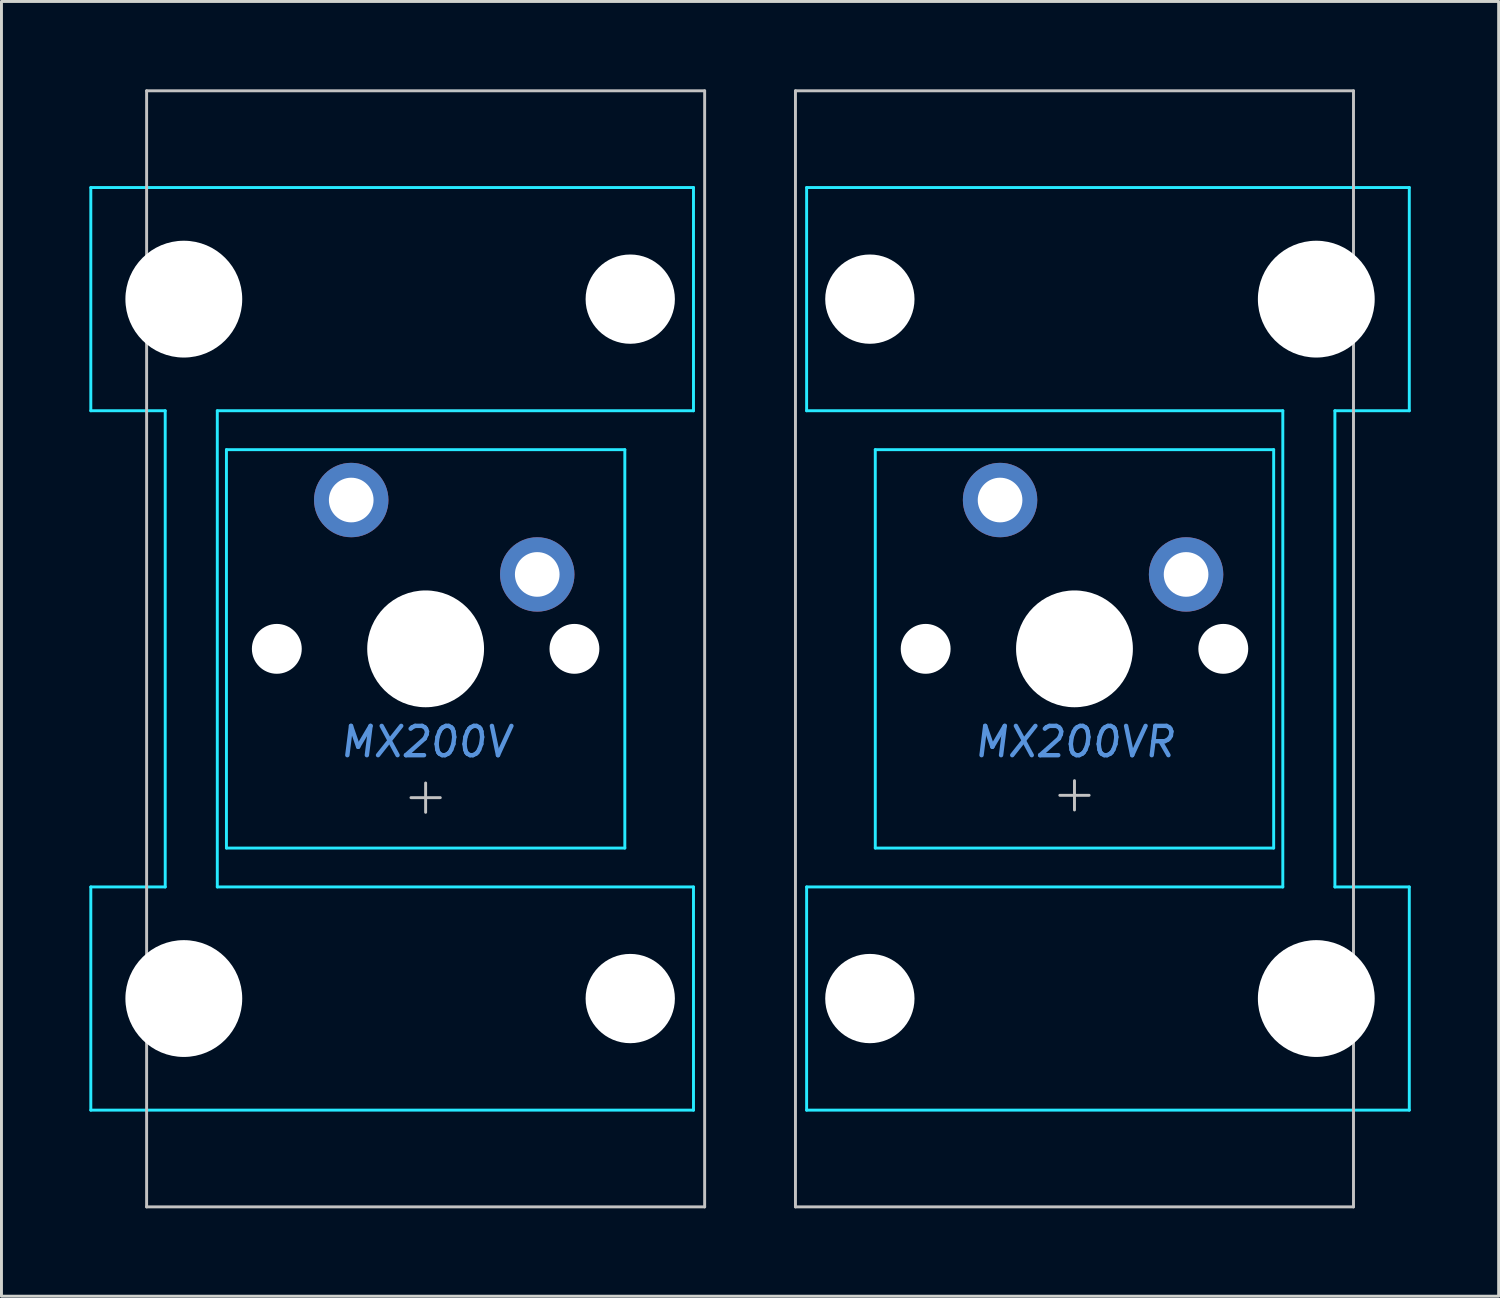
<source format=kicad_pcb>
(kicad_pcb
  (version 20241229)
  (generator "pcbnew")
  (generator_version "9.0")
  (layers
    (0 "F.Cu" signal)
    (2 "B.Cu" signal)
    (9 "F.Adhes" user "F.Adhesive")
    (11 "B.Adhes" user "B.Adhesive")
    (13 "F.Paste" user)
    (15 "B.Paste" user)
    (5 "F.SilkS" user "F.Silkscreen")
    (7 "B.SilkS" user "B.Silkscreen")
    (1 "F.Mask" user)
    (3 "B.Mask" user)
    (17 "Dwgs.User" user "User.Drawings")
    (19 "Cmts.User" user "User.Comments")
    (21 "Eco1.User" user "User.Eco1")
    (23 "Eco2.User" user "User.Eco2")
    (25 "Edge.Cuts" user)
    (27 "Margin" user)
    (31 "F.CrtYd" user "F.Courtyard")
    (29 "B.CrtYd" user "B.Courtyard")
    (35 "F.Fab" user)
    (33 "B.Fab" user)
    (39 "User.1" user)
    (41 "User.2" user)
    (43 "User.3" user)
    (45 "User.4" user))
  (footprint "MX200V"
    (layer "F.Cu")
    (at 11.48 19.1)
    (property "Reference" "MX200V" (at 0 3.175 0) (layer "Cmts.User") (effects (font (size 1 1) (thickness 0.15) (italic yes))))
    (attr through_hole)
    (fp_line (start -9.525 -19.05) (end -9.525 19.05) (stroke (width 0.1) (type solid)) (layer "Dwgs.User"))
    (fp_line (start -0.5 5.08) (end 0.5 5.08) (stroke (width 0.1) (type solid)) (layer "Dwgs.User"))
    (fp_line (start 0 5.58) (end 0 4.58) (stroke (width 0.1) (type solid)) (layer "Dwgs.User"))
    (fp_line (start 9.525 -19.05) (end -9.525 -19.05) (stroke (width 0.1) (type solid)) (layer "Dwgs.User"))
    (fp_line (start 9.525 -19.05) (end 9.525 19.05) (stroke (width 0.1) (type solid)) (layer "Dwgs.User"))
    (fp_line (start 9.525 19.05) (end -9.525 19.05) (stroke (width 0.1) (type solid)) (layer "Dwgs.User"))
    (fp_line (start -9.015 -8.938) (end -9.015 -14.938) (stroke (width 0.1) (type solid)) (layer "Eco1.User"))
    (fp_line (start -9.015 14.938) (end -9.015 8.938) (stroke (width 0.1) (type solid)) (layer "Eco1.User"))
    (fp_line (start -8.515 -8.438) (end 5.485 -8.438) (stroke (width 0.1) (type solid)) (layer "Eco1.User"))
    (fp_line (start -8.515 15.438) (end 5.485 15.438) (stroke (width 0.1) (type solid)) (layer "Eco1.User"))
    (fp_line (start -7 -6.5) (end -7 6.5) (stroke (width 0.1) (type solid)) (layer "Eco1.User"))
    (fp_line (start -6.5 7) (end 6.5 7) (stroke (width 0.1) (type solid)) (layer "Eco1.User"))
    (fp_line (start 5.485 -15.438) (end -8.515 -15.438) (stroke (width 0.1) (type solid)) (layer "Eco1.User"))
    (fp_line (start 5.485 8.438) (end -8.515 8.438) (stroke (width 0.1) (type solid)) (layer "Eco1.User"))
    (fp_line (start 5.985 -14.938) (end 5.985 -8.938) (stroke (width 0.1) (type solid)) (layer "Eco1.User"))
    (fp_line (start 5.985 8.938) (end 5.985 14.938) (stroke (width 0.1) (type solid)) (layer "Eco1.User"))
    (fp_line (start 6.5 -7) (end -6.5 -7) (stroke (width 0.1) (type solid)) (layer "Eco1.User"))
    (fp_line (start 7 6.5) (end 7 -6.5) (stroke (width 0.1) (type solid)) (layer "Eco1.User"))
    (fp_arc (start -9.015 -14.938) (mid -8.868553 -15.291553) (end -8.515 -15.438) (stroke (width 0.1) (type solid)) (layer "Eco1.User"))
    (fp_arc (start -9.015 8.938) (mid -8.868553 8.584447) (end -8.515 8.438) (stroke (width 0.1) (type solid)) (layer "Eco1.User"))
    (fp_arc (start -8.515 -8.438) (mid -8.868553 -8.584447) (end -9.015 -8.938) (stroke (width 0.1) (type solid)) (layer "Eco1.User"))
    (fp_arc (start -8.515 15.438) (mid -8.868553 15.291553) (end -9.015 14.938) (stroke (width 0.1) (type solid)) (layer "Eco1.User"))
    (fp_arc (start -7 -6.5) (mid -6.853553 -6.853553) (end -6.5 -7) (stroke (width 0.1) (type solid)) (layer "Eco1.User"))
    (fp_arc (start -6.5 7) (mid -6.853553 6.853553) (end -7 6.5) (stroke (width 0.1) (type solid)) (layer "Eco1.User"))
    (fp_arc (start 5.485 -15.438) (mid 5.838553 -15.291553) (end 5.985 -14.938) (stroke (width 0.1) (type solid)) (layer "Eco1.User"))
    (fp_arc (start 5.485 8.438) (mid 5.838553 8.584447) (end 5.985 8.938) (stroke (width 0.1) (type solid)) (layer "Eco1.User"))
    (fp_arc (start 5.985 -8.938) (mid 5.838553 -8.584447) (end 5.485 -8.438) (stroke (width 0.1) (type solid)) (layer "Eco1.User"))
    (fp_arc (start 5.985 14.938) (mid 5.838553 15.291553) (end 5.485 15.438) (stroke (width 0.1) (type solid)) (layer "Eco1.User"))
    (fp_arc (start 6.5 -7) (mid 6.853553 -6.853553) (end 7 -6.5) (stroke (width 0.1) (type solid)) (layer "Eco1.User"))
    (fp_arc (start 7 6.5) (mid 6.853553 6.853553) (end 6.5 7) (stroke (width 0.1) (type solid)) (layer "Eco1.User"))
    (fp_line (start -11.43 -15.748) (end 9.144 -15.748) (stroke (width 0.1) (type solid)) (layer "B.CrtYd"))
    (fp_line (start -11.43 -8.128) (end -11.43 -15.748) (stroke (width 0.1) (type solid)) (layer "B.CrtYd"))
    (fp_line (start -11.43 -8.128) (end -8.89 -8.128) (stroke (width 0.1) (type solid)) (layer "B.CrtYd"))
    (fp_line (start -11.43 8.128) (end -8.89 8.128) (stroke (width 0.1) (type solid)) (layer "B.CrtYd"))
    (fp_line (start -11.43 15.748) (end -11.43 8.128) (stroke (width 0.1) (type solid)) (layer "B.CrtYd"))
    (fp_line (start -8.89 -8.128) (end -8.89 8.128) (stroke (width 0.1) (type solid)) (layer "B.CrtYd"))
    (fp_line (start -7.112 -8.128) (end -7.112 8.128) (stroke (width 0.1) (type solid)) (layer "B.CrtYd"))
    (fp_line (start -6.8 6.8) (end -6.8 -6.8) (stroke (width 0.1) (type solid)) (layer "B.CrtYd"))
    (fp_line (start 6.8 -6.8) (end -6.8 -6.8) (stroke (width 0.1) (type solid)) (layer "B.CrtYd"))
    (fp_line (start 6.8 6.8) (end -6.8 6.8) (stroke (width 0.1) (type solid)) (layer "B.CrtYd"))
    (fp_line (start 6.8 6.8) (end 6.8 -6.8) (stroke (width 0.1) (type solid)) (layer "B.CrtYd"))
    (fp_line (start 9.144 -15.748) (end 9.144 -8.128) (stroke (width 0.1) (type solid)) (layer "B.CrtYd"))
    (fp_line (start 9.144 -8.128) (end -7.112 -8.128) (stroke (width 0.1) (type solid)) (layer "B.CrtYd"))
    (fp_line (start 9.144 8.128) (end -7.112 8.128) (stroke (width 0.1) (type solid)) (layer "B.CrtYd"))
    (fp_line (start 9.144 8.128) (end 9.144 15.748) (stroke (width 0.1) (type solid)) (layer "B.CrtYd"))
    (fp_line (start 9.144 15.748) (end -11.43 15.748) (stroke (width 0.1) (type solid)) (layer "B.CrtYd"))
    (pad "" np_thru_hole circle (at -8.255 -11.938 270) (size 3.988 3.988) (drill 3.988) (layers "*.Cu" "*.Mask"))
    (pad "" np_thru_hole circle (at -8.255 11.938 270) (size 3.988 3.988) (drill 3.988) (layers "*.Cu" "*.Mask"))
    (pad "" np_thru_hole circle (at -5.08 0) (size 1.702 1.702) (drill 1.702) (layers "*.Cu" "*.Mask"))
    (pad "" np_thru_hole circle (at 0 0) (size 3.988 3.988) (drill 3.988) (layers "*.Cu" "*.Mask"))
    (pad "" np_thru_hole circle (at 5.08 0) (size 1.702 1.702) (drill 1.702) (layers "*.Cu" "*.Mask"))
    (pad "" np_thru_hole circle (at 6.985 -11.938 270) (size 3.048 3.048) (drill 3.048) (layers "*.Cu" "*.Mask"))
    (pad "" np_thru_hole circle (at 6.985 11.938 270) (size 3.048 3.048) (drill 3.048) (layers "*.Cu" "*.Mask"))
    (pad "1" thru_hole circle (at -2.54 -5.08) (size 2.54 2.54) (drill 1.524) (layers "*.Cu" "*.Mask"))
    (pad "2" thru_hole circle (at 3.81 -2.54) (size 2.54 2.54) (drill 1.524) (layers "*.Cu" "*.Mask")))
  (footprint "MX200VR"
    (layer "F.Cu")
    (at 33.63 19.1)
    (property "Reference" "MX200VR" (at 0 3.175 0) (layer "Cmts.User") (effects (font (size 1 1) (thickness 0.15) (italic yes))))
    (attr through_hole)
    (fp_line (start -9.525 -19.05) (end -9.525 19.05) (stroke (width 0.1) (type solid)) (layer "Dwgs.User"))
    (fp_line (start -0.5 5) (end 0.5 5) (stroke (width 0.1) (type solid)) (layer "Dwgs.User"))
    (fp_line (start 0 5.5) (end 0 4.5) (stroke (width 0.1) (type solid)) (layer "Dwgs.User"))
    (fp_line (start 9.525 -19.05) (end -9.525 -19.05) (stroke (width 0.1) (type solid)) (layer "Dwgs.User"))
    (fp_line (start 9.525 -19.05) (end 9.525 19.05) (stroke (width 0.1) (type solid)) (layer "Dwgs.User"))
    (fp_line (start 9.525 19.05) (end -9.525 19.05) (stroke (width 0.1) (type solid)) (layer "Dwgs.User"))
    (fp_line (start -7 -6.5) (end -7 6.5) (stroke (width 0.1) (type solid)) (layer "Eco1.User"))
    (fp_line (start -6.5 7) (end 6.5 7) (stroke (width 0.1) (type solid)) (layer "Eco1.User"))
    (fp_line (start -5.985 -8.938) (end -5.985 -14.938) (stroke (width 0.1) (type solid)) (layer "Eco1.User"))
    (fp_line (start -5.985 14.938) (end -5.985 8.938) (stroke (width 0.1) (type solid)) (layer "Eco1.User"))
    (fp_line (start -5.485 -8.438) (end 8.515 -8.438) (stroke (width 0.1) (type solid)) (layer "Eco1.User"))
    (fp_line (start -5.485 15.438) (end 8.515 15.438) (stroke (width 0.1) (type solid)) (layer "Eco1.User"))
    (fp_line (start 6.5 -7) (end -6.5 -7) (stroke (width 0.1) (type solid)) (layer "Eco1.User"))
    (fp_line (start 7 6.5) (end 7 -6.5) (stroke (width 0.1) (type solid)) (layer "Eco1.User"))
    (fp_line (start 8.515 -15.438) (end -5.485 -15.438) (stroke (width 0.1) (type solid)) (layer "Eco1.User"))
    (fp_line (start 8.515 8.438) (end -5.485 8.438) (stroke (width 0.1) (type solid)) (layer "Eco1.User"))
    (fp_line (start 9.015 -14.938) (end 9.015 -8.938) (stroke (width 0.1) (type solid)) (layer "Eco1.User"))
    (fp_line (start 9.015 8.938) (end 9.015 14.938) (stroke (width 0.1) (type solid)) (layer "Eco1.User"))
    (fp_arc (start -7 -6.5) (mid -6.853553 -6.853553) (end -6.5 -7) (stroke (width 0.1) (type solid)) (layer "Eco1.User"))
    (fp_arc (start -6.5 7) (mid -6.853553 6.853553) (end -7 6.5) (stroke (width 0.1) (type solid)) (layer "Eco1.User"))
    (fp_arc (start -5.985 -14.938) (mid -5.838553 -15.291553) (end -5.485 -15.438) (stroke (width 0.1) (type solid)) (layer "Eco1.User"))
    (fp_arc (start -5.985 8.938) (mid -5.838553 8.584447) (end -5.485 8.438) (stroke (width 0.1) (type solid)) (layer "Eco1.User"))
    (fp_arc (start -5.485 -8.438) (mid -5.838553 -8.584447) (end -5.985 -8.938) (stroke (width 0.1) (type solid)) (layer "Eco1.User"))
    (fp_arc (start -5.485 15.438) (mid -5.838553 15.291553) (end -5.985 14.938) (stroke (width 0.1) (type solid)) (layer "Eco1.User"))
    (fp_arc (start 6.5 -7) (mid 6.853553 -6.853553) (end 7 -6.5) (stroke (width 0.1) (type solid)) (layer "Eco1.User"))
    (fp_arc (start 7 6.5) (mid 6.853553 6.853553) (end 6.5 7) (stroke (width 0.1) (type solid)) (layer "Eco1.User"))
    (fp_arc (start 8.515 -15.438) (mid 8.868553 -15.291553) (end 9.015 -14.938) (stroke (width 0.1) (type solid)) (layer "Eco1.User"))
    (fp_arc (start 8.515 8.438) (mid 8.868553 8.584447) (end 9.015 8.938) (stroke (width 0.1) (type solid)) (layer "Eco1.User"))
    (fp_arc (start 9.015 -8.938) (mid 8.868553 -8.584447) (end 8.515 -8.438) (stroke (width 0.1) (type solid)) (layer "Eco1.User"))
    (fp_arc (start 9.015 14.938) (mid 8.868553 15.291553) (end 8.515 15.438) (stroke (width 0.1) (type solid)) (layer "Eco1.User"))
    (fp_line (start -9.144 -15.748) (end 11.43 -15.748) (stroke (width 0.1) (type solid)) (layer "B.CrtYd"))
    (fp_line (start -9.144 -8.128) (end -9.144 -15.748) (stroke (width 0.1) (type solid)) (layer "B.CrtYd"))
    (fp_line (start -9.144 -8.128) (end 7.112 -8.128) (stroke (width 0.1) (type solid)) (layer "B.CrtYd"))
    (fp_line (start -9.144 8.128) (end 7.112 8.128) (stroke (width 0.1) (type solid)) (layer "B.CrtYd"))
    (fp_line (start -9.144 15.748) (end -9.144 8.128) (stroke (width 0.1) (type solid)) (layer "B.CrtYd"))
    (fp_line (start -6.8 6.8) (end -6.8 -6.8) (stroke (width 0.1) (type solid)) (layer "B.CrtYd"))
    (fp_line (start 6.8 -6.8) (end -6.8 -6.8) (stroke (width 0.1) (type solid)) (layer "B.CrtYd"))
    (fp_line (start 6.8 6.8) (end -6.8 6.8) (stroke (width 0.1) (type solid)) (layer "B.CrtYd"))
    (fp_line (start 6.8 6.8) (end 6.8 -6.8) (stroke (width 0.1) (type solid)) (layer "B.CrtYd"))
    (fp_line (start 7.112 8.128) (end 7.112 -8.128) (stroke (width 0.1) (type solid)) (layer "B.CrtYd"))
    (fp_line (start 8.89 8.128) (end 8.89 -8.128) (stroke (width 0.1) (type solid)) (layer "B.CrtYd"))
    (fp_line (start 11.43 -15.748) (end 11.43 -8.128) (stroke (width 0.1) (type solid)) (layer "B.CrtYd"))
    (fp_line (start 11.43 -8.128) (end 8.89 -8.128) (stroke (width 0.1) (type solid)) (layer "B.CrtYd"))
    (fp_line (start 11.43 8.128) (end 8.89 8.128) (stroke (width 0.1) (type solid)) (layer "B.CrtYd"))
    (fp_line (start 11.43 8.128) (end 11.43 15.748) (stroke (width 0.1) (type solid)) (layer "B.CrtYd"))
    (fp_line (start 11.43 15.748) (end -9.144 15.748) (stroke (width 0.1) (type solid)) (layer "B.CrtYd"))
    (pad "" np_thru_hole circle (at -6.985 -11.938 90) (size 3.048 3.048) (drill 3.048) (layers "*.Cu" "*.Mask"))
    (pad "" np_thru_hole circle (at -6.985 11.938 90) (size 3.048 3.048) (drill 3.048) (layers "*.Cu" "*.Mask"))
    (pad "" np_thru_hole circle (at -5.08 0) (size 1.702 1.702) (drill 1.702) (layers "*.Cu" "*.Mask"))
    (pad "" np_thru_hole circle (at 0 0 180) (size 3.988 3.988) (drill 3.988) (layers "*.Cu" "*.Mask"))
    (pad "" np_thru_hole circle (at 5.08 0) (size 1.702 1.702) (drill 1.702) (layers "*.Cu" "*.Mask"))
    (pad "" np_thru_hole circle (at 8.255 -11.938 90) (size 3.988 3.988) (drill 3.988) (layers "*.Cu" "*.Mask"))
    (pad "" np_thru_hole circle (at 8.255 11.938 90) (size 3.988 3.988) (drill 3.988) (layers "*.Cu" "*.Mask"))
    (pad "1" thru_hole circle (at -2.54 -5.08) (size 2.54 2.54) (drill 1.524) (layers "*.Cu" "*.Mask"))
    (pad "2" thru_hole circle (at 3.81 -2.54) (size 2.54 2.54) (drill 1.524) (layers "*.Cu" "*.Mask")))
  (gr_rect
    (start -3 -3)
    (end 48.11 41.2)
    (stroke (width 0.1) (type default))
    (fill no)
    (layer "Edge.Cuts")))
</source>
